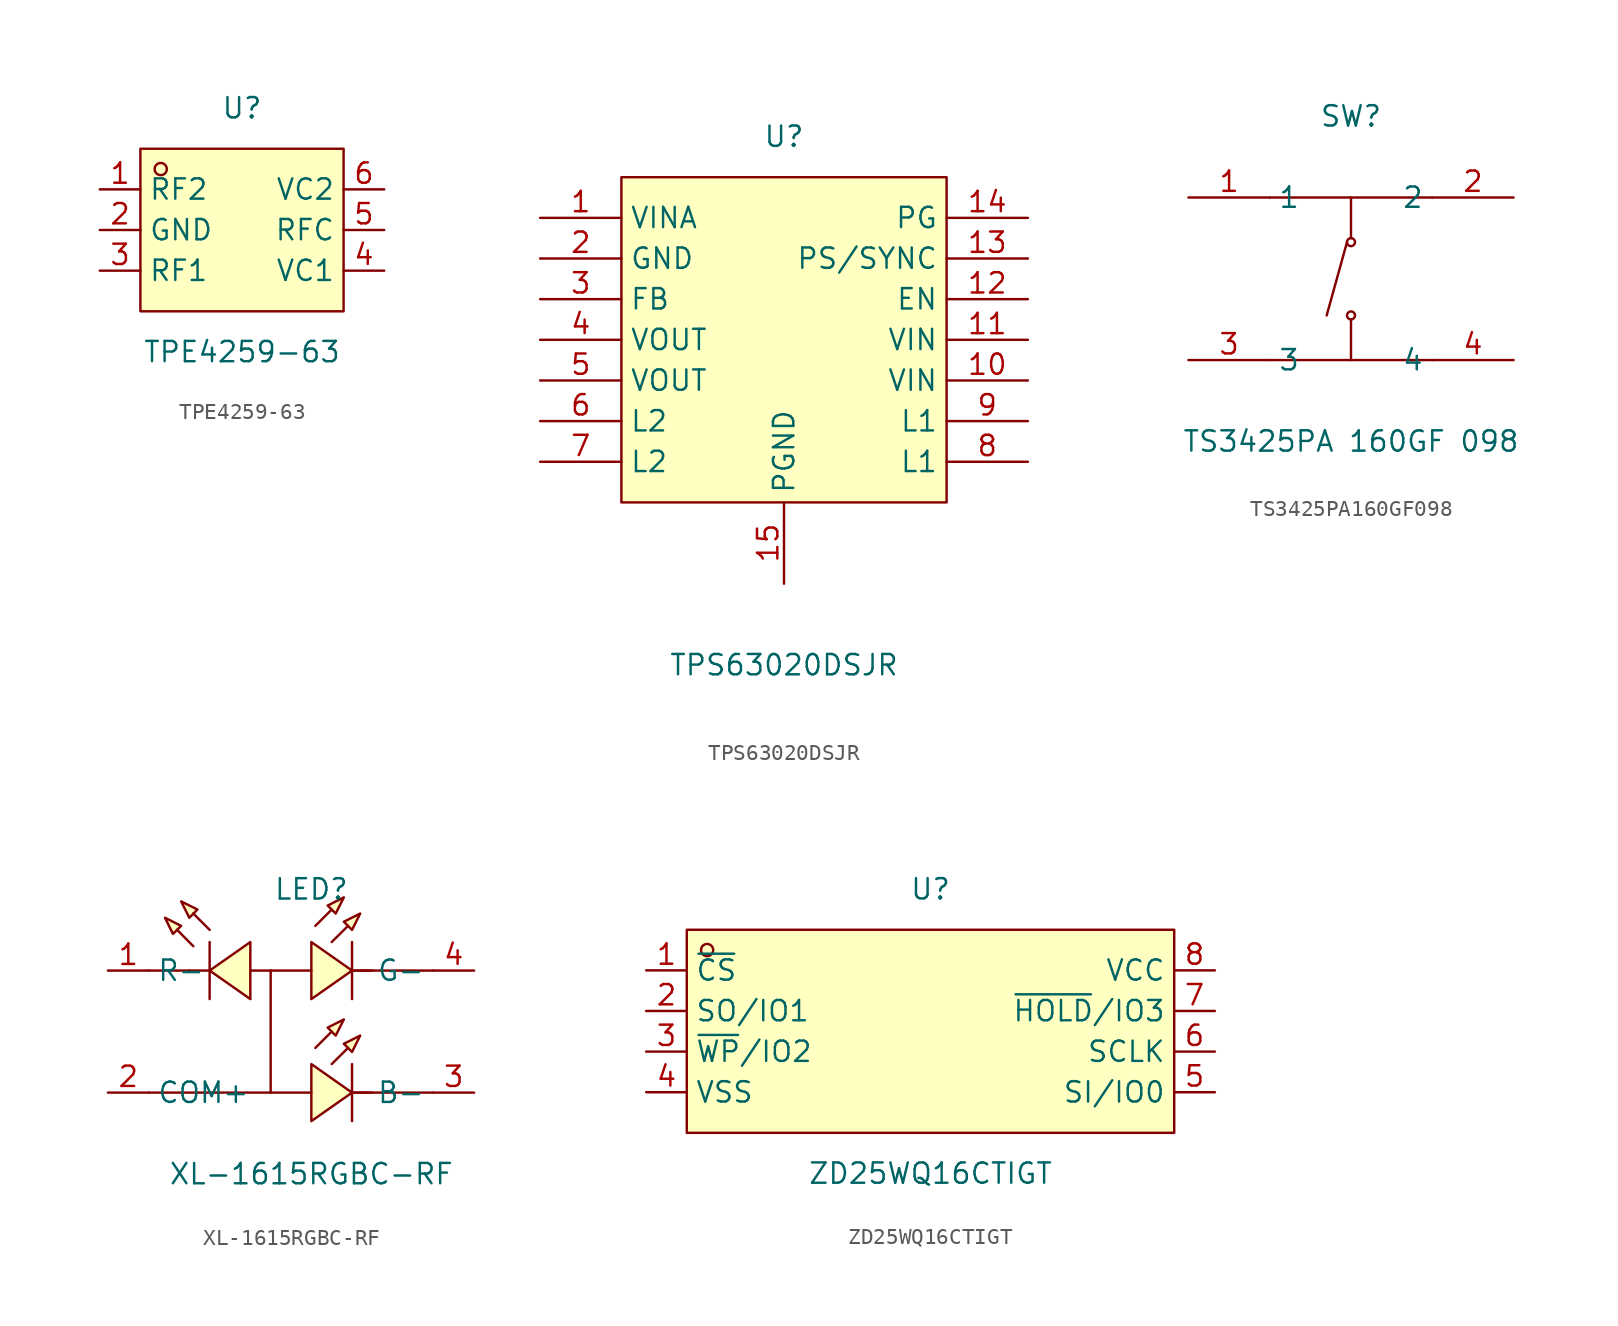
<source format=kicad_sym>
(kicad_symbol_lib
  (version 20241209)
  (generator "kicad_symbol_editor")
  (generator_version "9.0")
  (symbol "TPE4259-63"
    (property "Reference" "U"
      (at 0 7.62 0)
      (effects (font (size 1.27 1.27))))
    (property "Value" "TPE4259-63"
      (at 0 -7.62 0)
      (effects (font (size 1.27 1.27))))
    (symbol "TPE4259-63_0_1"
      (rectangle (start -6.35 5.08) (end 6.35 -5.08) (stroke (width 0) (type default)) (fill (type background)))
      (circle (center -5.08 3.81) (radius 0.38) (stroke (width 0) (type default)) (fill (type none)))
      (pin unspecified line (at -8.89 2.54 0) (length 2.54) (name "RF2" (effects (font (size 1.27 1.27)))) (number "1" (effects (font (size 1.27 1.27)))))
      (pin unspecified line (at -8.89 0 0) (length 2.54) (name "GND" (effects (font (size 1.27 1.27)))) (number "2" (effects (font (size 1.27 1.27)))))
      (pin unspecified line (at -8.89 -2.54 0) (length 2.54) (name "RF1" (effects (font (size 1.27 1.27)))) (number "3" (effects (font (size 1.27 1.27)))))
      (pin unspecified line (at 8.89 2.54 180) (length 2.54) (name "VC2" (effects (font (size 1.27 1.27)))) (number "6" (effects (font (size 1.27 1.27)))))
      (pin unspecified line (at 8.89 0 180) (length 2.54) (name "RFC" (effects (font (size 1.27 1.27)))) (number "5" (effects (font (size 1.27 1.27)))))
      (pin unspecified line (at 8.89 -2.54 180) (length 2.54) (name "VC1" (effects (font (size 1.27 1.27)))) (number "4" (effects (font (size 1.27 1.27)))))))
  (symbol "TPS63020DSJR"
    (property "Reference" "U"
      (at 0 15.24 0)
      (effects (font (size 1.27 1.27))))
    (property "Value" "TPS63020DSJR"
      (at 0 -17.78 0)
      (effects (font (size 1.27 1.27))))
    (symbol "TPS63020DSJR_0_1"
      (rectangle (start -10.16 12.7) (end 10.16 -7.62) (stroke (width 0) (type default)) (fill (type background)))
      (pin unspecified line (at 15.24 10.16 180) (length 5.08) (name "PG" (effects (font (size 1.27 1.27)))) (number "14" (effects (font (size 1.27 1.27))))))
    (symbol "TPS63020DSJR_1_1"
      (pin power_out line (at -15.24 10.16 0) (length 5.08) (name "VINA" (effects (font (size 1.27 1.27)))) (number "1" (effects (font (size 1.27 1.27)))))
      (pin power_in line (at -15.24 7.62 0) (length 5.08) (name "GND" (effects (font (size 1.27 1.27)))) (number "2" (effects (font (size 1.27 1.27)))))
      (pin input line (at -15.24 5.08 0) (length 5.08) (name "FB" (effects (font (size 1.27 1.27)))) (number "3" (effects (font (size 1.27 1.27)))))
      (pin power_out line (at -15.24 2.54 0) (length 5.08) (name "VOUT" (effects (font (size 1.27 1.27)))) (number "4" (effects (font (size 1.27 1.27)))))
      (pin power_out line (at -15.24 0 0) (length 5.08) (name "VOUT" (effects (font (size 1.27 1.27)))) (number "5" (effects (font (size 1.27 1.27)))))
      (pin passive line (at -15.24 -2.54 0) (length 5.08) (name "L2" (effects (font (size 1.27 1.27)))) (number "6" (effects (font (size 1.27 1.27)))))
      (pin passive line (at -15.24 -5.08 0) (length 5.08) (name "L2" (effects (font (size 1.27 1.27)))) (number "7" (effects (font (size 1.27 1.27)))))
      (pin power_in line (at 0 -12.7 90) (length 5.08) (name "PGND" (effects (font (size 1.27 1.27)))) (number "15" (effects (font (size 1.27 1.27)))))
      (pin input line (at 15.24 7.62 180) (length 5.08) (name "PS/SYNC" (effects (font (size 1.27 1.27)))) (number "13" (effects (font (size 1.27 1.27)))))
      (pin input line (at 15.24 5.08 180) (length 5.08) (name "EN" (effects (font (size 1.27 1.27)))) (number "12" (effects (font (size 1.27 1.27)))))
      (pin power_in line (at 15.24 2.54 180) (length 5.08) (name "VIN" (effects (font (size 1.27 1.27)))) (number "11" (effects (font (size 1.27 1.27)))))
      (pin power_in line (at 15.24 0 180) (length 5.08) (name "VIN" (effects (font (size 1.27 1.27)))) (number "10" (effects (font (size 1.27 1.27)))))
      (pin passive line (at 15.24 -2.54 180) (length 5.08) (name "L1" (effects (font (size 1.27 1.27)))) (number "9" (effects (font (size 1.27 1.27)))))
      (pin passive line (at 15.24 -5.08 180) (length 5.08) (name "L1" (effects (font (size 1.27 1.27)))) (number "8" (effects (font (size 1.27 1.27)))))))
  (symbol "TS3425PA160GF098"
    (property "Reference" "SW"
      (at 0 10.16 0)
      (effects (font (size 1.27 1.27))))
    (property "Value" "TS3425PA 160GF 098"
      (at 0 -10.16 0)
      (effects (font (size 1.27 1.27))))
    (symbol "TS3425PA160GF098_0_1"
      (polyline (pts (xy -5.08 5.08) (xy 5.08 5.08)) (stroke (width 0) (type default)) (fill (type none)))
      (polyline (pts (xy -5.08 -5.08) (xy 5.08 -5.08)) (stroke (width 0) (type default)) (fill (type none)))
      (polyline (pts (xy -0.25 2.29) (xy -1.52 -2.29)) (stroke (width 0) (type default)) (fill (type none)))
      (polyline (pts (xy 0 5.08) (xy 0 2.54)) (stroke (width 0) (type default)) (fill (type none)))
      (circle (center 0 2.29) (radius 0.25) (stroke (width 0) (type default)) (fill (type none)))
      (circle (center 0 -2.29) (radius 0.25) (stroke (width 0) (type default)) (fill (type none)))
      (polyline (pts (xy 0 -5.08) (xy 0 -2.54)) (stroke (width 0) (type default)) (fill (type none)))
      (pin unspecified line (at -10.16 5.08 0) (length 5.08) (name "1" (effects (font (size 1.27 1.27)))) (number "1" (effects (font (size 1.27 1.27)))))
      (pin unspecified line (at -10.16 -5.08 0) (length 5.08) (name "3" (effects (font (size 1.27 1.27)))) (number "3" (effects (font (size 1.27 1.27)))))
      (pin unspecified line (at 10.16 5.08 180) (length 5.08) (name "2" (effects (font (size 1.27 1.27)))) (number "2" (effects (font (size 1.27 1.27)))))
      (pin unspecified line (at 10.16 -5.08 180) (length 5.08) (name "4" (effects (font (size 1.27 1.27)))) (number "4" (effects (font (size 1.27 1.27)))))))
  (symbol "XL-1615RGBC-RF"
    (property "Reference" "LED"
      (at 0 7.62 0)
      (effects (font (size 1.27 1.27))))
    (property "Value" "XL-1615RGBC-RF"
      (at 0 -10.16 0)
      (effects (font (size 1.27 1.27))))
    (symbol "XL-1615RGBC-RF_0_1"
      (polyline (pts (xy -9.14 5.84) (xy -8.13 5.33) (xy -8.64 4.83) (xy -9.14 5.84)) (stroke (width 0) (type default)) (fill (type background)))
      (polyline (pts (xy -8.13 6.86) (xy -7.11 6.35) (xy -7.62 5.84) (xy -8.13 6.86)) (stroke (width 0) (type default)) (fill (type background)))
      (polyline (pts (xy -7.62 2.54) (xy -10.16 2.54)) (stroke (width 0) (type default)) (fill (type none)))
      (polyline (pts (xy -7.37 4.06) (xy -8.38 5.08) (xy -7.37 4.06)) (stroke (width 0) (type default)) (fill (type background)))
      (polyline (pts (xy -6.35 5.08) (xy -7.37 6.1) (xy -6.35 5.08)) (stroke (width 0) (type default)) (fill (type background)))
      (polyline (pts (xy -6.35 4.32) (xy -6.35 0.76)) (stroke (width 0) (type default)) (fill (type none)))
      (polyline (pts (xy -6.35 2.54) (xy -7.62 2.54)) (stroke (width 0) (type default)) (fill (type none)))
      (polyline (pts (xy -3.81 4.32) (xy -6.35 2.54) (xy -3.81 0.76) (xy -3.81 4.32)) (stroke (width 0) (type default)) (fill (type background)))
      (polyline (pts (xy -2.54 2.54) (xy -3.81 2.54)) (stroke (width 0) (type default)) (fill (type none)))
      (polyline (pts (xy -2.54 2.54) (xy 0 2.54)) (stroke (width 0) (type default)) (fill (type none)))
      (polyline (pts (xy -2.54 2.54) (xy -2.54 -5.08) (xy 0 -5.08)) (stroke (width 0) (type default)) (fill (type none)))
      (polyline (pts (xy -2.54 -5.08) (xy -10.16 -5.08)) (stroke (width 0) (type default)) (fill (type none)))
      (polyline (pts (xy 0 0.76) (xy 2.54 2.54) (xy 0 4.32) (xy 0 0.76)) (stroke (width 0) (type default)) (fill (type background)))
      (polyline (pts (xy 0 -6.86) (xy 2.54 -5.08) (xy 0 -3.3) (xy 0 -6.86)) (stroke (width 0) (type default)) (fill (type background)))
      (polyline (pts (xy 0.25 5.33) (xy 1.27 6.35) (xy 0.25 5.33)) (stroke (width 0) (type default)) (fill (type background)))
      (polyline (pts (xy 0.25 -2.29) (xy 1.27 -1.27) (xy 0.25 -2.29)) (stroke (width 0) (type default)) (fill (type background)))
      (polyline (pts (xy 1.27 4.32) (xy 2.29 5.33) (xy 1.27 4.32)) (stroke (width 0) (type default)) (fill (type background)))
      (polyline (pts (xy 1.27 -3.3) (xy 2.29 -2.29) (xy 1.27 -3.3)) (stroke (width 0) (type default)) (fill (type background)))
      (polyline (pts (xy 2.03 7.11) (xy 1.52 6.1) (xy 1.02 6.6) (xy 2.03 7.11)) (stroke (width 0) (type default)) (fill (type background)))
      (polyline (pts (xy 2.03 -0.51) (xy 1.52 -1.52) (xy 1.02 -1.02) (xy 2.03 -0.51)) (stroke (width 0) (type default)) (fill (type background)))
      (polyline (pts (xy 2.54 2.54) (xy 3.81 2.54)) (stroke (width 0) (type default)) (fill (type none)))
      (polyline (pts (xy 2.54 2.54) (xy 7.62 2.54)) (stroke (width 0) (type default)) (fill (type none)))
      (polyline (pts (xy 2.54 0.76) (xy 2.54 4.32)) (stroke (width 0) (type default)) (fill (type none)))
      (polyline (pts (xy 2.54 -5.08) (xy 3.81 -5.08)) (stroke (width 0) (type default)) (fill (type none)))
      (polyline (pts (xy 2.54 -5.08) (xy 7.62 -5.08)) (stroke (width 0) (type default)) (fill (type none)))
      (polyline (pts (xy 2.54 -6.86) (xy 2.54 -3.3)) (stroke (width 0) (type default)) (fill (type none)))
      (polyline (pts (xy 3.05 6.1) (xy 2.54 5.08) (xy 2.03 5.59) (xy 3.05 6.1)) (stroke (width 0) (type default)) (fill (type background)))
      (polyline (pts (xy 3.05 -1.52) (xy 2.54 -2.54) (xy 2.03 -2.03) (xy 3.05 -1.52)) (stroke (width 0) (type default)) (fill (type background)))
      (pin unspecified line (at -12.7 2.54 0) (length 2.54) (name "R-" (effects (font (size 1.27 1.27)))) (number "1" (effects (font (size 1.27 1.27)))))
      (pin unspecified line (at -12.7 -5.08 0) (length 2.54) (name "COM+" (effects (font (size 1.27 1.27)))) (number "2" (effects (font (size 1.27 1.27)))))
      (pin unspecified line (at 10.16 2.54 180) (length 2.54) (name "G-" (effects (font (size 1.27 1.27)))) (number "4" (effects (font (size 1.27 1.27)))))
      (pin unspecified line (at 10.16 -5.08 180) (length 2.54) (name "B-" (effects (font (size 1.27 1.27)))) (number "3" (effects (font (size 1.27 1.27)))))))
  (symbol "ZD25WQ16CTIGT"
    (property "Reference" "U"
      (at 0 8.89 0)
      (effects (font (size 1.27 1.27))))
    (property "Value" "ZD25WQ16CTIGT"
      (at 0 -8.89 0)
      (effects (font (size 1.27 1.27))))
    (symbol "ZD25WQ16CTIGT_0_1"
      (rectangle (start -15.24 6.35) (end 15.24 -6.35) (stroke (width 0) (type default)) (fill (type background)))
      (circle (center -13.97 5.08) (radius 0.38) (stroke (width 0) (type default)) (fill (type none)))
      (pin unspecified line (at -17.78 3.81 0) (length 2.54) (name "~{CS}" (effects (font (size 1.27 1.27)))) (number "1" (effects (font (size 1.27 1.27)))))
      (pin unspecified line (at -17.78 1.27 0) (length 2.54) (name "SO/IO1" (effects (font (size 1.27 1.27)))) (number "2" (effects (font (size 1.27 1.27)))))
      (pin unspecified line (at -17.78 -1.27 0) (length 2.54) (name "~{WP}/IO2" (effects (font (size 1.27 1.27)))) (number "3" (effects (font (size 1.27 1.27)))))
      (pin unspecified line (at -17.78 -3.81 0) (length 2.54) (name "VSS" (effects (font (size 1.27 1.27)))) (number "4" (effects (font (size 1.27 1.27)))))
      (pin unspecified line (at 17.78 3.81 180) (length 2.54) (name "VCC" (effects (font (size 1.27 1.27)))) (number "8" (effects (font (size 1.27 1.27)))))
      (pin unspecified line (at 17.78 1.27 180) (length 2.54) (name "~{HOLD}/IO3" (effects (font (size 1.27 1.27)))) (number "7" (effects (font (size 1.27 1.27)))))
      (pin unspecified line (at 17.78 -1.27 180) (length 2.54) (name "SCLK" (effects (font (size 1.27 1.27)))) (number "6" (effects (font (size 1.27 1.27)))))
      (pin unspecified line (at 17.78 -3.81 180) (length 2.54) (name "SI/IO0" (effects (font (size 1.27 1.27)))) (number "5" (effects (font (size 1.27 1.27))))))))
</source>
